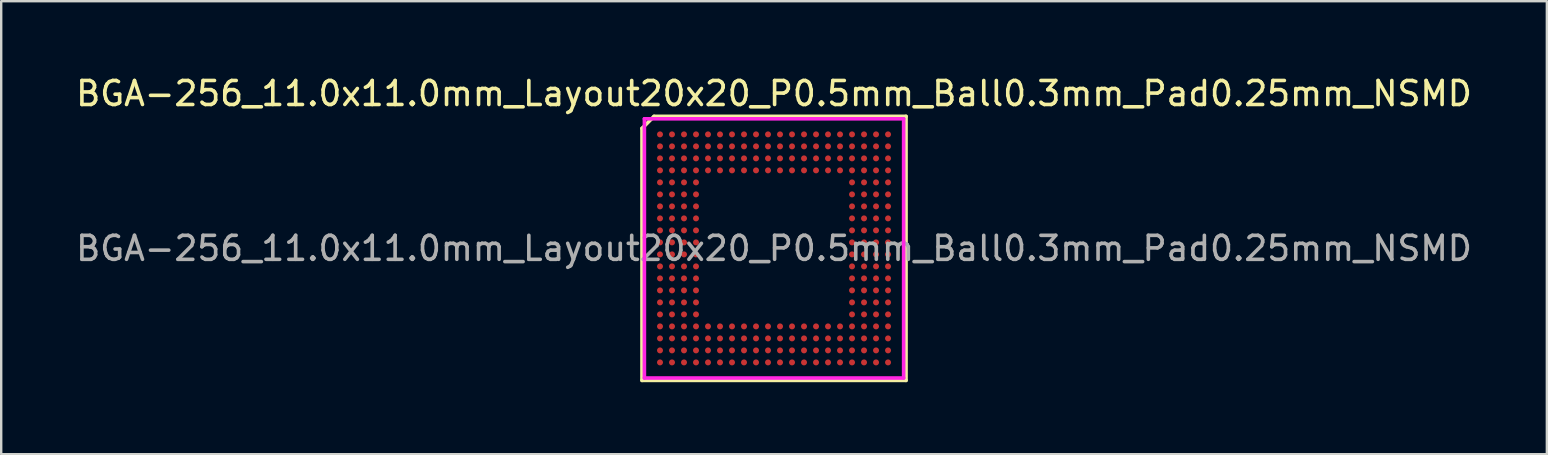
<source format=kicad_pcb>
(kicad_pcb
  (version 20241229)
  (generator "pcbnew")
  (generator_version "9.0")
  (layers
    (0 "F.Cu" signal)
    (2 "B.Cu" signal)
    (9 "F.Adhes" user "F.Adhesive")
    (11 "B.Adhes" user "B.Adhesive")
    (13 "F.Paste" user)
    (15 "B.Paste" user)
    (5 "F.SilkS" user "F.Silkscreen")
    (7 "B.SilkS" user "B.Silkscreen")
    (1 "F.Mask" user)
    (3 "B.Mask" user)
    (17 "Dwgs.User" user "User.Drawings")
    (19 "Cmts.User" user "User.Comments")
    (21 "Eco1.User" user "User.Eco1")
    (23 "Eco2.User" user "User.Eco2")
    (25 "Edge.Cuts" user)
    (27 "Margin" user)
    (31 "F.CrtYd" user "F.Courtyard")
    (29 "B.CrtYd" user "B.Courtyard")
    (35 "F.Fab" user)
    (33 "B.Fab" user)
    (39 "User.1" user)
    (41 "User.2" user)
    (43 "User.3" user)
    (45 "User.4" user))
  (footprint "BGA-256_11.0x11.0mm_Layout20x20_P0.5mm_Ball0.3mm_Pad0.25mm_NSMD"
    (layer "F.Cu")
    (at 29.196 7.298)
    (property "Reference" "BGA-256_11.0x11.0mm_Layout20x20_P0.5mm_Ball0.3mm_Pad0.25mm_NSMD" (at 0 -6.45 0) (layer "F.SilkS") (effects (font (size 1 1) (thickness 0.15))))
    (attr smd)
    (fp_line (start -5.5 -5) (end -5.5 5.5) (stroke (width 0.15) (type solid)) (layer "F.SilkS"))
    (fp_line (start -5.5 5.5) (end 5.5 5.5) (stroke (width 0.15) (type solid)) (layer "F.SilkS"))
    (fp_line (start -5 -5.5) (end -5.5 -5) (stroke (width 0.15) (type solid)) (layer "F.SilkS"))
    (fp_line (start 5.5 -5.5) (end -5 -5.5) (stroke (width 0.15) (type solid)) (layer "F.SilkS"))
    (fp_line (start 5.5 5.5) (end 5.5 -5.5) (stroke (width 0.15) (type solid)) (layer "F.SilkS"))
    (fp_line (start -5.4 -5.4) (end 5.4 -5.4) (stroke (width 0.15) (type solid)) (layer "F.CrtYd"))
    (fp_line (start -5.4 5.4) (end -5.4 -5.4) (stroke (width 0.15) (type solid)) (layer "F.CrtYd"))
    (fp_line (start 5.4 -5.4) (end 5.4 5.4) (stroke (width 0.15) (type solid)) (layer "F.CrtYd"))
    (fp_line (start 5.4 5.4) (end -5.4 5.4) (stroke (width 0.15) (type solid)) (layer "F.CrtYd"))
    (fp_text user "${REFERENCE}" (at 0 0 0) (layer "F.Fab") (effects (font (size 1 1) (thickness 0.15))))
    (pad "A1" smd circle (at -4.75 -4.75) (size 0.25 0.25) (layers "F.Cu" "F.Mask" "F.Paste"))
    (pad "A2" smd circle (at -4.25 -4.75) (size 0.25 0.25) (layers "F.Cu" "F.Mask" "F.Paste"))
    (pad "A3" smd circle (at -3.75 -4.75) (size 0.25 0.25) (layers "F.Cu" "F.Mask" "F.Paste"))
    (pad "A4" smd circle (at -3.25 -4.75) (size 0.25 0.25) (layers "F.Cu" "F.Mask" "F.Paste"))
    (pad "A5" smd circle (at -2.75 -4.75) (size 0.25 0.25) (layers "F.Cu" "F.Mask" "F.Paste"))
    (pad "A6" smd circle (at -2.25 -4.75) (size 0.25 0.25) (layers "F.Cu" "F.Mask" "F.Paste"))
    (pad "A7" smd circle (at -1.75 -4.75) (size 0.25 0.25) (layers "F.Cu" "F.Mask" "F.Paste"))
    (pad "A8" smd circle (at -1.25 -4.75) (size 0.25 0.25) (layers "F.Cu" "F.Mask" "F.Paste"))
    (pad "A9" smd circle (at -0.75 -4.75) (size 0.25 0.25) (layers "F.Cu" "F.Mask" "F.Paste"))
    (pad "A10" smd circle (at -0.25 -4.75) (size 0.25 0.25) (layers "F.Cu" "F.Mask" "F.Paste"))
    (pad "A11" smd circle (at 0.25 -4.75) (size 0.25 0.25) (layers "F.Cu" "F.Mask" "F.Paste"))
    (pad "A12" smd circle (at 0.75 -4.75) (size 0.25 0.25) (layers "F.Cu" "F.Mask" "F.Paste"))
    (pad "A13" smd circle (at 1.25 -4.75) (size 0.25 0.25) (layers "F.Cu" "F.Mask" "F.Paste"))
    (pad "A14" smd circle (at 1.75 -4.75) (size 0.25 0.25) (layers "F.Cu" "F.Mask" "F.Paste"))
    (pad "A15" smd circle (at 2.25 -4.75) (size 0.25 0.25) (layers "F.Cu" "F.Mask" "F.Paste"))
    (pad "A16" smd circle (at 2.75 -4.75) (size 0.25 0.25) (layers "F.Cu" "F.Mask" "F.Paste"))
    (pad "A17" smd circle (at 3.25 -4.75) (size 0.25 0.25) (layers "F.Cu" "F.Mask" "F.Paste"))
    (pad "A18" smd circle (at 3.75 -4.75) (size 0.25 0.25) (layers "F.Cu" "F.Mask" "F.Paste"))
    (pad "A19" smd circle (at 4.25 -4.75) (size 0.25 0.25) (layers "F.Cu" "F.Mask" "F.Paste"))
    (pad "A20" smd circle (at 4.75 -4.75) (size 0.25 0.25) (layers "F.Cu" "F.Mask" "F.Paste"))
    (pad "B1" smd circle (at -4.75 -4.25) (size 0.25 0.25) (layers "F.Cu" "F.Mask" "F.Paste"))
    (pad "B2" smd circle (at -4.25 -4.25) (size 0.25 0.25) (layers "F.Cu" "F.Mask" "F.Paste"))
    (pad "B3" smd circle (at -3.75 -4.25) (size 0.25 0.25) (layers "F.Cu" "F.Mask" "F.Paste"))
    (pad "B4" smd circle (at -3.25 -4.25) (size 0.25 0.25) (layers "F.Cu" "F.Mask" "F.Paste"))
    (pad "B5" smd circle (at -2.75 -4.25) (size 0.25 0.25) (layers "F.Cu" "F.Mask" "F.Paste"))
    (pad "B6" smd circle (at -2.25 -4.25) (size 0.25 0.25) (layers "F.Cu" "F.Mask" "F.Paste"))
    (pad "B7" smd circle (at -1.75 -4.25) (size 0.25 0.25) (layers "F.Cu" "F.Mask" "F.Paste"))
    (pad "B8" smd circle (at -1.25 -4.25) (size 0.25 0.25) (layers "F.Cu" "F.Mask" "F.Paste"))
    (pad "B9" smd circle (at -0.75 -4.25) (size 0.25 0.25) (layers "F.Cu" "F.Mask" "F.Paste"))
    (pad "B10" smd circle (at -0.25 -4.25) (size 0.25 0.25) (layers "F.Cu" "F.Mask" "F.Paste"))
    (pad "B11" smd circle (at 0.25 -4.25) (size 0.25 0.25) (layers "F.Cu" "F.Mask" "F.Paste"))
    (pad "B12" smd circle (at 0.75 -4.25) (size 0.25 0.25) (layers "F.Cu" "F.Mask" "F.Paste"))
    (pad "B13" smd circle (at 1.25 -4.25) (size 0.25 0.25) (layers "F.Cu" "F.Mask" "F.Paste"))
    (pad "B14" smd circle (at 1.75 -4.25) (size 0.25 0.25) (layers "F.Cu" "F.Mask" "F.Paste"))
    (pad "B15" smd circle (at 2.25 -4.25) (size 0.25 0.25) (layers "F.Cu" "F.Mask" "F.Paste"))
    (pad "B16" smd circle (at 2.75 -4.25) (size 0.25 0.25) (layers "F.Cu" "F.Mask" "F.Paste"))
    (pad "B17" smd circle (at 3.25 -4.25) (size 0.25 0.25) (layers "F.Cu" "F.Mask" "F.Paste"))
    (pad "B18" smd circle (at 3.75 -4.25) (size 0.25 0.25) (layers "F.Cu" "F.Mask" "F.Paste"))
    (pad "B19" smd circle (at 4.25 -4.25) (size 0.25 0.25) (layers "F.Cu" "F.Mask" "F.Paste"))
    (pad "B20" smd circle (at 4.75 -4.25) (size 0.25 0.25) (layers "F.Cu" "F.Mask" "F.Paste"))
    (pad "C1" smd circle (at -4.75 -3.75) (size 0.25 0.25) (layers "F.Cu" "F.Mask" "F.Paste"))
    (pad "C2" smd circle (at -4.25 -3.75) (size 0.25 0.25) (layers "F.Cu" "F.Mask" "F.Paste"))
    (pad "C3" smd circle (at -3.75 -3.75) (size 0.25 0.25) (layers "F.Cu" "F.Mask" "F.Paste"))
    (pad "C4" smd circle (at -3.25 -3.75) (size 0.25 0.25) (layers "F.Cu" "F.Mask" "F.Paste"))
    (pad "C5" smd circle (at -2.75 -3.75) (size 0.25 0.25) (layers "F.Cu" "F.Mask" "F.Paste"))
    (pad "C6" smd circle (at -2.25 -3.75) (size 0.25 0.25) (layers "F.Cu" "F.Mask" "F.Paste"))
    (pad "C7" smd circle (at -1.75 -3.75) (size 0.25 0.25) (layers "F.Cu" "F.Mask" "F.Paste"))
    (pad "C8" smd circle (at -1.25 -3.75) (size 0.25 0.25) (layers "F.Cu" "F.Mask" "F.Paste"))
    (pad "C9" smd circle (at -0.75 -3.75) (size 0.25 0.25) (layers "F.Cu" "F.Mask" "F.Paste"))
    (pad "C10" smd circle (at -0.25 -3.75) (size 0.25 0.25) (layers "F.Cu" "F.Mask" "F.Paste"))
    (pad "C11" smd circle (at 0.25 -3.75) (size 0.25 0.25) (layers "F.Cu" "F.Mask" "F.Paste"))
    (pad "C12" smd circle (at 0.75 -3.75) (size 0.25 0.25) (layers "F.Cu" "F.Mask" "F.Paste"))
    (pad "C13" smd circle (at 1.25 -3.75) (size 0.25 0.25) (layers "F.Cu" "F.Mask" "F.Paste"))
    (pad "C14" smd circle (at 1.75 -3.75) (size 0.25 0.25) (layers "F.Cu" "F.Mask" "F.Paste"))
    (pad "C15" smd circle (at 2.25 -3.75) (size 0.25 0.25) (layers "F.Cu" "F.Mask" "F.Paste"))
    (pad "C16" smd circle (at 2.75 -3.75) (size 0.25 0.25) (layers "F.Cu" "F.Mask" "F.Paste"))
    (pad "C17" smd circle (at 3.25 -3.75) (size 0.25 0.25) (layers "F.Cu" "F.Mask" "F.Paste"))
    (pad "C18" smd circle (at 3.75 -3.75) (size 0.25 0.25) (layers "F.Cu" "F.Mask" "F.Paste"))
    (pad "C19" smd circle (at 4.25 -3.75) (size 0.25 0.25) (layers "F.Cu" "F.Mask" "F.Paste"))
    (pad "C20" smd circle (at 4.75 -3.75) (size 0.25 0.25) (layers "F.Cu" "F.Mask" "F.Paste"))
    (pad "D1" smd circle (at -4.75 -3.25) (size 0.25 0.25) (layers "F.Cu" "F.Mask" "F.Paste"))
    (pad "D2" smd circle (at -4.25 -3.25) (size 0.25 0.25) (layers "F.Cu" "F.Mask" "F.Paste"))
    (pad "D3" smd circle (at -3.75 -3.25) (size 0.25 0.25) (layers "F.Cu" "F.Mask" "F.Paste"))
    (pad "D4" smd circle (at -3.25 -3.25) (size 0.25 0.25) (layers "F.Cu" "F.Mask" "F.Paste"))
    (pad "D5" smd circle (at -2.75 -3.25) (size 0.25 0.25) (layers "F.Cu" "F.Mask" "F.Paste"))
    (pad "D6" smd circle (at -2.25 -3.25) (size 0.25 0.25) (layers "F.Cu" "F.Mask" "F.Paste"))
    (pad "D7" smd circle (at -1.75 -3.25) (size 0.25 0.25) (layers "F.Cu" "F.Mask" "F.Paste"))
    (pad "D8" smd circle (at -1.25 -3.25) (size 0.25 0.25) (layers "F.Cu" "F.Mask" "F.Paste"))
    (pad "D9" smd circle (at -0.75 -3.25) (size 0.25 0.25) (layers "F.Cu" "F.Mask" "F.Paste"))
    (pad "D10" smd circle (at -0.25 -3.25) (size 0.25 0.25) (layers "F.Cu" "F.Mask" "F.Paste"))
    (pad "D11" smd circle (at 0.25 -3.25) (size 0.25 0.25) (layers "F.Cu" "F.Mask" "F.Paste"))
    (pad "D12" smd circle (at 0.75 -3.25) (size 0.25 0.25) (layers "F.Cu" "F.Mask" "F.Paste"))
    (pad "D13" smd circle (at 1.25 -3.25) (size 0.25 0.25) (layers "F.Cu" "F.Mask" "F.Paste"))
    (pad "D14" smd circle (at 1.75 -3.25) (size 0.25 0.25) (layers "F.Cu" "F.Mask" "F.Paste"))
    (pad "D15" smd circle (at 2.25 -3.25) (size 0.25 0.25) (layers "F.Cu" "F.Mask" "F.Paste"))
    (pad "D16" smd circle (at 2.75 -3.25) (size 0.25 0.25) (layers "F.Cu" "F.Mask" "F.Paste"))
    (pad "D17" smd circle (at 3.25 -3.25) (size 0.25 0.25) (layers "F.Cu" "F.Mask" "F.Paste"))
    (pad "D18" smd circle (at 3.75 -3.25) (size 0.25 0.25) (layers "F.Cu" "F.Mask" "F.Paste"))
    (pad "D19" smd circle (at 4.25 -3.25) (size 0.25 0.25) (layers "F.Cu" "F.Mask" "F.Paste"))
    (pad "D20" smd circle (at 4.75 -3.25) (size 0.25 0.25) (layers "F.Cu" "F.Mask" "F.Paste"))
    (pad "E1" smd circle (at -4.75 -2.75) (size 0.25 0.25) (layers "F.Cu" "F.Mask" "F.Paste"))
    (pad "E2" smd circle (at -4.25 -2.75) (size 0.25 0.25) (layers "F.Cu" "F.Mask" "F.Paste"))
    (pad "E3" smd circle (at -3.75 -2.75) (size 0.25 0.25) (layers "F.Cu" "F.Mask" "F.Paste"))
    (pad "E4" smd circle (at -3.25 -2.75) (size 0.25 0.25) (layers "F.Cu" "F.Mask" "F.Paste"))
    (pad "E17" smd circle (at 3.25 -2.75) (size 0.25 0.25) (layers "F.Cu" "F.Mask" "F.Paste"))
    (pad "E18" smd circle (at 3.75 -2.75) (size 0.25 0.25) (layers "F.Cu" "F.Mask" "F.Paste"))
    (pad "E19" smd circle (at 4.25 -2.75) (size 0.25 0.25) (layers "F.Cu" "F.Mask" "F.Paste"))
    (pad "E20" smd circle (at 4.75 -2.75) (size 0.25 0.25) (layers "F.Cu" "F.Mask" "F.Paste"))
    (pad "F1" smd circle (at -4.75 -2.25) (size 0.25 0.25) (layers "F.Cu" "F.Mask" "F.Paste"))
    (pad "F2" smd circle (at -4.25 -2.25) (size 0.25 0.25) (layers "F.Cu" "F.Mask" "F.Paste"))
    (pad "F3" smd circle (at -3.75 -2.25) (size 0.25 0.25) (layers "F.Cu" "F.Mask" "F.Paste"))
    (pad "F4" smd circle (at -3.25 -2.25) (size 0.25 0.25) (layers "F.Cu" "F.Mask" "F.Paste"))
    (pad "F17" smd circle (at 3.25 -2.25) (size 0.25 0.25) (layers "F.Cu" "F.Mask" "F.Paste"))
    (pad "F18" smd circle (at 3.75 -2.25) (size 0.25 0.25) (layers "F.Cu" "F.Mask" "F.Paste"))
    (pad "F19" smd circle (at 4.25 -2.25) (size 0.25 0.25) (layers "F.Cu" "F.Mask" "F.Paste"))
    (pad "F20" smd circle (at 4.75 -2.25) (size 0.25 0.25) (layers "F.Cu" "F.Mask" "F.Paste"))
    (pad "G1" smd circle (at -4.75 -1.75) (size 0.25 0.25) (layers "F.Cu" "F.Mask" "F.Paste"))
    (pad "G2" smd circle (at -4.25 -1.75) (size 0.25 0.25) (layers "F.Cu" "F.Mask" "F.Paste"))
    (pad "G3" smd circle (at -3.75 -1.75) (size 0.25 0.25) (layers "F.Cu" "F.Mask" "F.Paste"))
    (pad "G4" smd circle (at -3.25 -1.75) (size 0.25 0.25) (layers "F.Cu" "F.Mask" "F.Paste"))
    (pad "G17" smd circle (at 3.25 -1.75) (size 0.25 0.25) (layers "F.Cu" "F.Mask" "F.Paste"))
    (pad "G18" smd circle (at 3.75 -1.75) (size 0.25 0.25) (layers "F.Cu" "F.Mask" "F.Paste"))
    (pad "G19" smd circle (at 4.25 -1.75) (size 0.25 0.25) (layers "F.Cu" "F.Mask" "F.Paste"))
    (pad "G20" smd circle (at 4.75 -1.75) (size 0.25 0.25) (layers "F.Cu" "F.Mask" "F.Paste"))
    (pad "H1" smd circle (at -4.75 -1.25) (size 0.25 0.25) (layers "F.Cu" "F.Mask" "F.Paste"))
    (pad "H2" smd circle (at -4.25 -1.25) (size 0.25 0.25) (layers "F.Cu" "F.Mask" "F.Paste"))
    (pad "H3" smd circle (at -3.75 -1.25) (size 0.25 0.25) (layers "F.Cu" "F.Mask" "F.Paste"))
    (pad "H4" smd circle (at -3.25 -1.25) (size 0.25 0.25) (layers "F.Cu" "F.Mask" "F.Paste"))
    (pad "H17" smd circle (at 3.25 -1.25) (size 0.25 0.25) (layers "F.Cu" "F.Mask" "F.Paste"))
    (pad "H18" smd circle (at 3.75 -1.25) (size 0.25 0.25) (layers "F.Cu" "F.Mask" "F.Paste"))
    (pad "H19" smd circle (at 4.25 -1.25) (size 0.25 0.25) (layers "F.Cu" "F.Mask" "F.Paste"))
    (pad "H20" smd circle (at 4.75 -1.25) (size 0.25 0.25) (layers "F.Cu" "F.Mask" "F.Paste"))
    (pad "J1" smd circle (at -4.75 -0.75) (size 0.25 0.25) (layers "F.Cu" "F.Mask" "F.Paste"))
    (pad "J2" smd circle (at -4.25 -0.75) (size 0.25 0.25) (layers "F.Cu" "F.Mask" "F.Paste"))
    (pad "J3" smd circle (at -3.75 -0.75) (size 0.25 0.25) (layers "F.Cu" "F.Mask" "F.Paste"))
    (pad "J4" smd circle (at -3.25 -0.75) (size 0.25 0.25) (layers "F.Cu" "F.Mask" "F.Paste"))
    (pad "J17" smd circle (at 3.25 -0.75) (size 0.25 0.25) (layers "F.Cu" "F.Mask" "F.Paste"))
    (pad "J18" smd circle (at 3.75 -0.75) (size 0.25 0.25) (layers "F.Cu" "F.Mask" "F.Paste"))
    (pad "J19" smd circle (at 4.25 -0.75) (size 0.25 0.25) (layers "F.Cu" "F.Mask" "F.Paste"))
    (pad "J20" smd circle (at 4.75 -0.75) (size 0.25 0.25) (layers "F.Cu" "F.Mask" "F.Paste"))
    (pad "K1" smd circle (at -4.75 -0.25) (size 0.25 0.25) (layers "F.Cu" "F.Mask" "F.Paste"))
    (pad "K2" smd circle (at -4.25 -0.25) (size 0.25 0.25) (layers "F.Cu" "F.Mask" "F.Paste"))
    (pad "K3" smd circle (at -3.75 -0.25) (size 0.25 0.25) (layers "F.Cu" "F.Mask" "F.Paste"))
    (pad "K4" smd circle (at -3.25 -0.25) (size 0.25 0.25) (layers "F.Cu" "F.Mask" "F.Paste"))
    (pad "K17" smd circle (at 3.25 -0.25) (size 0.25 0.25) (layers "F.Cu" "F.Mask" "F.Paste"))
    (pad "K18" smd circle (at 3.75 -0.25) (size 0.25 0.25) (layers "F.Cu" "F.Mask" "F.Paste"))
    (pad "K19" smd circle (at 4.25 -0.25) (size 0.25 0.25) (layers "F.Cu" "F.Mask" "F.Paste"))
    (pad "K20" smd circle (at 4.75 -0.25) (size 0.25 0.25) (layers "F.Cu" "F.Mask" "F.Paste"))
    (pad "L1" smd circle (at -4.75 0.25) (size 0.25 0.25) (layers "F.Cu" "F.Mask" "F.Paste"))
    (pad "L2" smd circle (at -4.25 0.25) (size 0.25 0.25) (layers "F.Cu" "F.Mask" "F.Paste"))
    (pad "L3" smd circle (at -3.75 0.25) (size 0.25 0.25) (layers "F.Cu" "F.Mask" "F.Paste"))
    (pad "L4" smd circle (at -3.25 0.25) (size 0.25 0.25) (layers "F.Cu" "F.Mask" "F.Paste"))
    (pad "L17" smd circle (at 3.25 0.25) (size 0.25 0.25) (layers "F.Cu" "F.Mask" "F.Paste"))
    (pad "L18" smd circle (at 3.75 0.25) (size 0.25 0.25) (layers "F.Cu" "F.Mask" "F.Paste"))
    (pad "L19" smd circle (at 4.25 0.25) (size 0.25 0.25) (layers "F.Cu" "F.Mask" "F.Paste"))
    (pad "L20" smd circle (at 4.75 0.25) (size 0.25 0.25) (layers "F.Cu" "F.Mask" "F.Paste"))
    (pad "M1" smd circle (at -4.75 0.75) (size 0.25 0.25) (layers "F.Cu" "F.Mask" "F.Paste"))
    (pad "M2" smd circle (at -4.25 0.75) (size 0.25 0.25) (layers "F.Cu" "F.Mask" "F.Paste"))
    (pad "M3" smd circle (at -3.75 0.75) (size 0.25 0.25) (layers "F.Cu" "F.Mask" "F.Paste"))
    (pad "M4" smd circle (at -3.25 0.75) (size 0.25 0.25) (layers "F.Cu" "F.Mask" "F.Paste"))
    (pad "M17" smd circle (at 3.25 0.75) (size 0.25 0.25) (layers "F.Cu" "F.Mask" "F.Paste"))
    (pad "M18" smd circle (at 3.75 0.75) (size 0.25 0.25) (layers "F.Cu" "F.Mask" "F.Paste"))
    (pad "M19" smd circle (at 4.25 0.75) (size 0.25 0.25) (layers "F.Cu" "F.Mask" "F.Paste"))
    (pad "M20" smd circle (at 4.75 0.75) (size 0.25 0.25) (layers "F.Cu" "F.Mask" "F.Paste"))
    (pad "N1" smd circle (at -4.75 1.25) (size 0.25 0.25) (layers "F.Cu" "F.Mask" "F.Paste"))
    (pad "N2" smd circle (at -4.25 1.25) (size 0.25 0.25) (layers "F.Cu" "F.Mask" "F.Paste"))
    (pad "N3" smd circle (at -3.75 1.25) (size 0.25 0.25) (layers "F.Cu" "F.Mask" "F.Paste"))
    (pad "N4" smd circle (at -3.25 1.25) (size 0.25 0.25) (layers "F.Cu" "F.Mask" "F.Paste"))
    (pad "N17" smd circle (at 3.25 1.25) (size 0.25 0.25) (layers "F.Cu" "F.Mask" "F.Paste"))
    (pad "N18" smd circle (at 3.75 1.25) (size 0.25 0.25) (layers "F.Cu" "F.Mask" "F.Paste"))
    (pad "N19" smd circle (at 4.25 1.25) (size 0.25 0.25) (layers "F.Cu" "F.Mask" "F.Paste"))
    (pad "N20" smd circle (at 4.75 1.25) (size 0.25 0.25) (layers "F.Cu" "F.Mask" "F.Paste"))
    (pad "P1" smd circle (at -4.75 1.75) (size 0.25 0.25) (layers "F.Cu" "F.Mask" "F.Paste"))
    (pad "P2" smd circle (at -4.25 1.75) (size 0.25 0.25) (layers "F.Cu" "F.Mask" "F.Paste"))
    (pad "P3" smd circle (at -3.75 1.75) (size 0.25 0.25) (layers "F.Cu" "F.Mask" "F.Paste"))
    (pad "P4" smd circle (at -3.25 1.75) (size 0.25 0.25) (layers "F.Cu" "F.Mask" "F.Paste"))
    (pad "P17" smd circle (at 3.25 1.75) (size 0.25 0.25) (layers "F.Cu" "F.Mask" "F.Paste"))
    (pad "P18" smd circle (at 3.75 1.75) (size 0.25 0.25) (layers "F.Cu" "F.Mask" "F.Paste"))
    (pad "P19" smd circle (at 4.25 1.75) (size 0.25 0.25) (layers "F.Cu" "F.Mask" "F.Paste"))
    (pad "P20" smd circle (at 4.75 1.75) (size 0.25 0.25) (layers "F.Cu" "F.Mask" "F.Paste"))
    (pad "R1" smd circle (at -4.75 2.25) (size 0.25 0.25) (layers "F.Cu" "F.Mask" "F.Paste"))
    (pad "R2" smd circle (at -4.25 2.25) (size 0.25 0.25) (layers "F.Cu" "F.Mask" "F.Paste"))
    (pad "R3" smd circle (at -3.75 2.25) (size 0.25 0.25) (layers "F.Cu" "F.Mask" "F.Paste"))
    (pad "R4" smd circle (at -3.25 2.25) (size 0.25 0.25) (layers "F.Cu" "F.Mask" "F.Paste"))
    (pad "R17" smd circle (at 3.25 2.25) (size 0.25 0.25) (layers "F.Cu" "F.Mask" "F.Paste"))
    (pad "R18" smd circle (at 3.75 2.25) (size 0.25 0.25) (layers "F.Cu" "F.Mask" "F.Paste"))
    (pad "R19" smd circle (at 4.25 2.25) (size 0.25 0.25) (layers "F.Cu" "F.Mask" "F.Paste"))
    (pad "R20" smd circle (at 4.75 2.25) (size 0.25 0.25) (layers "F.Cu" "F.Mask" "F.Paste"))
    (pad "T1" smd circle (at -4.75 2.75) (size 0.25 0.25) (layers "F.Cu" "F.Mask" "F.Paste"))
    (pad "T2" smd circle (at -4.25 2.75) (size 0.25 0.25) (layers "F.Cu" "F.Mask" "F.Paste"))
    (pad "T3" smd circle (at -3.75 2.75) (size 0.25 0.25) (layers "F.Cu" "F.Mask" "F.Paste"))
    (pad "T4" smd circle (at -3.25 2.75) (size 0.25 0.25) (layers "F.Cu" "F.Mask" "F.Paste"))
    (pad "T17" smd circle (at 3.25 2.75) (size 0.25 0.25) (layers "F.Cu" "F.Mask" "F.Paste"))
    (pad "T18" smd circle (at 3.75 2.75) (size 0.25 0.25) (layers "F.Cu" "F.Mask" "F.Paste"))
    (pad "T19" smd circle (at 4.25 2.75) (size 0.25 0.25) (layers "F.Cu" "F.Mask" "F.Paste"))
    (pad "T20" smd circle (at 4.75 2.75) (size 0.25 0.25) (layers "F.Cu" "F.Mask" "F.Paste"))
    (pad "U1" smd circle (at -4.75 3.25) (size 0.25 0.25) (layers "F.Cu" "F.Mask" "F.Paste"))
    (pad "U2" smd circle (at -4.25 3.25) (size 0.25 0.25) (layers "F.Cu" "F.Mask" "F.Paste"))
    (pad "U3" smd circle (at -3.75 3.25) (size 0.25 0.25) (layers "F.Cu" "F.Mask" "F.Paste"))
    (pad "U4" smd circle (at -3.25 3.25) (size 0.25 0.25) (layers "F.Cu" "F.Mask" "F.Paste"))
    (pad "U5" smd circle (at -2.75 3.25) (size 0.25 0.25) (layers "F.Cu" "F.Mask" "F.Paste"))
    (pad "U6" smd circle (at -2.25 3.25) (size 0.25 0.25) (layers "F.Cu" "F.Mask" "F.Paste"))
    (pad "U7" smd circle (at -1.75 3.25) (size 0.25 0.25) (layers "F.Cu" "F.Mask" "F.Paste"))
    (pad "U8" smd circle (at -1.25 3.25) (size 0.25 0.25) (layers "F.Cu" "F.Mask" "F.Paste"))
    (pad "U9" smd circle (at -0.75 3.25) (size 0.25 0.25) (layers "F.Cu" "F.Mask" "F.Paste"))
    (pad "U10" smd circle (at -0.25 3.25) (size 0.25 0.25) (layers "F.Cu" "F.Mask" "F.Paste"))
    (pad "U11" smd circle (at 0.25 3.25) (size 0.25 0.25) (layers "F.Cu" "F.Mask" "F.Paste"))
    (pad "U12" smd circle (at 0.75 3.25) (size 0.25 0.25) (layers "F.Cu" "F.Mask" "F.Paste"))
    (pad "U13" smd circle (at 1.25 3.25) (size 0.25 0.25) (layers "F.Cu" "F.Mask" "F.Paste"))
    (pad "U14" smd circle (at 1.75 3.25) (size 0.25 0.25) (layers "F.Cu" "F.Mask" "F.Paste"))
    (pad "U15" smd circle (at 2.25 3.25) (size 0.25 0.25) (layers "F.Cu" "F.Mask" "F.Paste"))
    (pad "U16" smd circle (at 2.75 3.25) (size 0.25 0.25) (layers "F.Cu" "F.Mask" "F.Paste"))
    (pad "U17" smd circle (at 3.25 3.25) (size 0.25 0.25) (layers "F.Cu" "F.Mask" "F.Paste"))
    (pad "U18" smd circle (at 3.75 3.25) (size 0.25 0.25) (layers "F.Cu" "F.Mask" "F.Paste"))
    (pad "U19" smd circle (at 4.25 3.25) (size 0.25 0.25) (layers "F.Cu" "F.Mask" "F.Paste"))
    (pad "U20" smd circle (at 4.75 3.25) (size 0.25 0.25) (layers "F.Cu" "F.Mask" "F.Paste"))
    (pad "V1" smd circle (at -4.75 3.75) (size 0.25 0.25) (layers "F.Cu" "F.Mask" "F.Paste"))
    (pad "V2" smd circle (at -4.25 3.75) (size 0.25 0.25) (layers "F.Cu" "F.Mask" "F.Paste"))
    (pad "V3" smd circle (at -3.75 3.75) (size 0.25 0.25) (layers "F.Cu" "F.Mask" "F.Paste"))
    (pad "V4" smd circle (at -3.25 3.75) (size 0.25 0.25) (layers "F.Cu" "F.Mask" "F.Paste"))
    (pad "V5" smd circle (at -2.75 3.75) (size 0.25 0.25) (layers "F.Cu" "F.Mask" "F.Paste"))
    (pad "V6" smd circle (at -2.25 3.75) (size 0.25 0.25) (layers "F.Cu" "F.Mask" "F.Paste"))
    (pad "V7" smd circle (at -1.75 3.75) (size 0.25 0.25) (layers "F.Cu" "F.Mask" "F.Paste"))
    (pad "V8" smd circle (at -1.25 3.75) (size 0.25 0.25) (layers "F.Cu" "F.Mask" "F.Paste"))
    (pad "V9" smd circle (at -0.75 3.75) (size 0.25 0.25) (layers "F.Cu" "F.Mask" "F.Paste"))
    (pad "V10" smd circle (at -0.25 3.75) (size 0.25 0.25) (layers "F.Cu" "F.Mask" "F.Paste"))
    (pad "V11" smd circle (at 0.25 3.75) (size 0.25 0.25) (layers "F.Cu" "F.Mask" "F.Paste"))
    (pad "V12" smd circle (at 0.75 3.75) (size 0.25 0.25) (layers "F.Cu" "F.Mask" "F.Paste"))
    (pad "V13" smd circle (at 1.25 3.75) (size 0.25 0.25) (layers "F.Cu" "F.Mask" "F.Paste"))
    (pad "V14" smd circle (at 1.75 3.75) (size 0.25 0.25) (layers "F.Cu" "F.Mask" "F.Paste"))
    (pad "V15" smd circle (at 2.25 3.75) (size 0.25 0.25) (layers "F.Cu" "F.Mask" "F.Paste"))
    (pad "V16" smd circle (at 2.75 3.75) (size 0.25 0.25) (layers "F.Cu" "F.Mask" "F.Paste"))
    (pad "V17" smd circle (at 3.25 3.75) (size 0.25 0.25) (layers "F.Cu" "F.Mask" "F.Paste"))
    (pad "V18" smd circle (at 3.75 3.75) (size 0.25 0.25) (layers "F.Cu" "F.Mask" "F.Paste"))
    (pad "V19" smd circle (at 4.25 3.75) (size 0.25 0.25) (layers "F.Cu" "F.Mask" "F.Paste"))
    (pad "V20" smd circle (at 4.75 3.75) (size 0.25 0.25) (layers "F.Cu" "F.Mask" "F.Paste"))
    (pad "W1" smd circle (at -4.75 4.25) (size 0.25 0.25) (layers "F.Cu" "F.Mask" "F.Paste"))
    (pad "W2" smd circle (at -4.25 4.25) (size 0.25 0.25) (layers "F.Cu" "F.Mask" "F.Paste"))
    (pad "W3" smd circle (at -3.75 4.25) (size 0.25 0.25) (layers "F.Cu" "F.Mask" "F.Paste"))
    (pad "W4" smd circle (at -3.25 4.25) (size 0.25 0.25) (layers "F.Cu" "F.Mask" "F.Paste"))
    (pad "W5" smd circle (at -2.75 4.25) (size 0.25 0.25) (layers "F.Cu" "F.Mask" "F.Paste"))
    (pad "W6" smd circle (at -2.25 4.25) (size 0.25 0.25) (layers "F.Cu" "F.Mask" "F.Paste"))
    (pad "W7" smd circle (at -1.75 4.25) (size 0.25 0.25) (layers "F.Cu" "F.Mask" "F.Paste"))
    (pad "W8" smd circle (at -1.25 4.25) (size 0.25 0.25) (layers "F.Cu" "F.Mask" "F.Paste"))
    (pad "W9" smd circle (at -0.75 4.25) (size 0.25 0.25) (layers "F.Cu" "F.Mask" "F.Paste"))
    (pad "W10" smd circle (at -0.25 4.25) (size 0.25 0.25) (layers "F.Cu" "F.Mask" "F.Paste"))
    (pad "W11" smd circle (at 0.25 4.25) (size 0.25 0.25) (layers "F.Cu" "F.Mask" "F.Paste"))
    (pad "W12" smd circle (at 0.75 4.25) (size 0.25 0.25) (layers "F.Cu" "F.Mask" "F.Paste"))
    (pad "W13" smd circle (at 1.25 4.25) (size 0.25 0.25) (layers "F.Cu" "F.Mask" "F.Paste"))
    (pad "W14" smd circle (at 1.75 4.25) (size 0.25 0.25) (layers "F.Cu" "F.Mask" "F.Paste"))
    (pad "W15" smd circle (at 2.25 4.25) (size 0.25 0.25) (layers "F.Cu" "F.Mask" "F.Paste"))
    (pad "W16" smd circle (at 2.75 4.25) (size 0.25 0.25) (layers "F.Cu" "F.Mask" "F.Paste"))
    (pad "W17" smd circle (at 3.25 4.25) (size 0.25 0.25) (layers "F.Cu" "F.Mask" "F.Paste"))
    (pad "W18" smd circle (at 3.75 4.25) (size 0.25 0.25) (layers "F.Cu" "F.Mask" "F.Paste"))
    (pad "W19" smd circle (at 4.25 4.25) (size 0.25 0.25) (layers "F.Cu" "F.Mask" "F.Paste"))
    (pad "W20" smd circle (at 4.75 4.25) (size 0.25 0.25) (layers "F.Cu" "F.Mask" "F.Paste"))
    (pad "Y1" smd circle (at -4.75 4.75) (size 0.25 0.25) (layers "F.Cu" "F.Mask" "F.Paste"))
    (pad "Y2" smd circle (at -4.25 4.75) (size 0.25 0.25) (layers "F.Cu" "F.Mask" "F.Paste"))
    (pad "Y3" smd circle (at -3.75 4.75) (size 0.25 0.25) (layers "F.Cu" "F.Mask" "F.Paste"))
    (pad "Y4" smd circle (at -3.25 4.75) (size 0.25 0.25) (layers "F.Cu" "F.Mask" "F.Paste"))
    (pad "Y5" smd circle (at -2.75 4.75) (size 0.25 0.25) (layers "F.Cu" "F.Mask" "F.Paste"))
    (pad "Y6" smd circle (at -2.25 4.75) (size 0.25 0.25) (layers "F.Cu" "F.Mask" "F.Paste"))
    (pad "Y7" smd circle (at -1.75 4.75) (size 0.25 0.25) (layers "F.Cu" "F.Mask" "F.Paste"))
    (pad "Y8" smd circle (at -1.25 4.75) (size 0.25 0.25) (layers "F.Cu" "F.Mask" "F.Paste"))
    (pad "Y9" smd circle (at -0.75 4.75) (size 0.25 0.25) (layers "F.Cu" "F.Mask" "F.Paste"))
    (pad "Y10" smd circle (at -0.25 4.75) (size 0.25 0.25) (layers "F.Cu" "F.Mask" "F.Paste"))
    (pad "Y11" smd circle (at 0.25 4.75) (size 0.25 0.25) (layers "F.Cu" "F.Mask" "F.Paste"))
    (pad "Y12" smd circle (at 0.75 4.75) (size 0.25 0.25) (layers "F.Cu" "F.Mask" "F.Paste"))
    (pad "Y13" smd circle (at 1.25 4.75) (size 0.25 0.25) (layers "F.Cu" "F.Mask" "F.Paste"))
    (pad "Y14" smd circle (at 1.75 4.75) (size 0.25 0.25) (layers "F.Cu" "F.Mask" "F.Paste"))
    (pad "Y15" smd circle (at 2.25 4.75) (size 0.25 0.25) (layers "F.Cu" "F.Mask" "F.Paste"))
    (pad "Y16" smd circle (at 2.75 4.75) (size 0.25 0.25) (layers "F.Cu" "F.Mask" "F.Paste"))
    (pad "Y17" smd circle (at 3.25 4.75) (size 0.25 0.25) (layers "F.Cu" "F.Mask" "F.Paste"))
    (pad "Y18" smd circle (at 3.75 4.75) (size 0.25 0.25) (layers "F.Cu" "F.Mask" "F.Paste"))
    (pad "Y19" smd circle (at 4.25 4.75) (size 0.25 0.25) (layers "F.Cu" "F.Mask" "F.Paste"))
    (pad "Y20" smd circle (at 4.75 4.75) (size 0.25 0.25) (layers "F.Cu" "F.Mask" "F.Paste")))
  (gr_rect
    (start -3 -3)
    (end 61.393 15.873)
    (stroke (width 0.1) (type default))
    (fill no)
    (layer "Edge.Cuts")))
</source>
